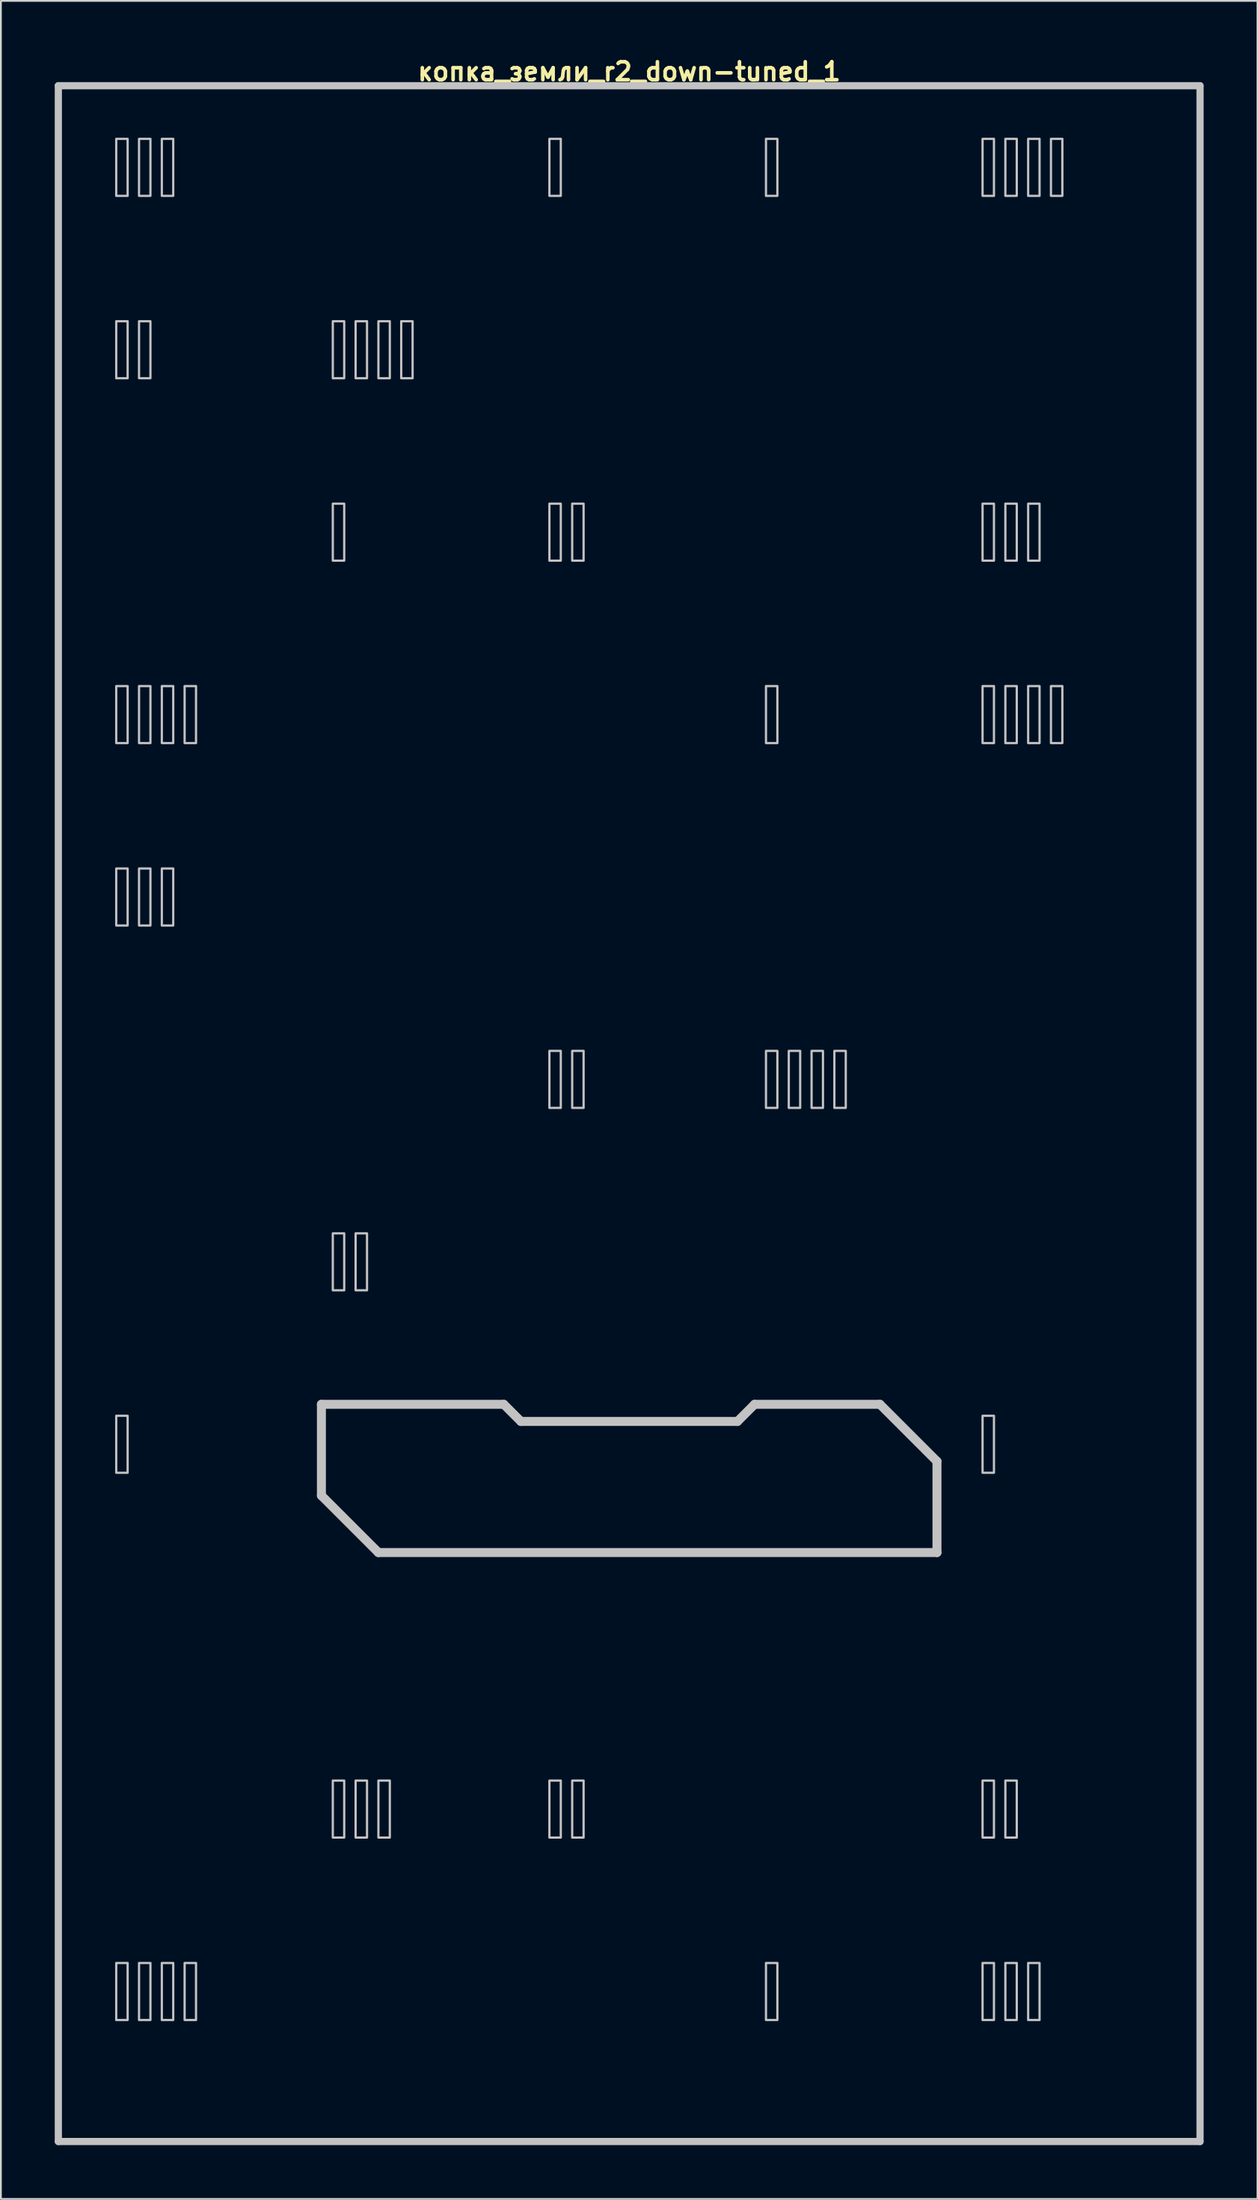
<source format=kicad_pcb>
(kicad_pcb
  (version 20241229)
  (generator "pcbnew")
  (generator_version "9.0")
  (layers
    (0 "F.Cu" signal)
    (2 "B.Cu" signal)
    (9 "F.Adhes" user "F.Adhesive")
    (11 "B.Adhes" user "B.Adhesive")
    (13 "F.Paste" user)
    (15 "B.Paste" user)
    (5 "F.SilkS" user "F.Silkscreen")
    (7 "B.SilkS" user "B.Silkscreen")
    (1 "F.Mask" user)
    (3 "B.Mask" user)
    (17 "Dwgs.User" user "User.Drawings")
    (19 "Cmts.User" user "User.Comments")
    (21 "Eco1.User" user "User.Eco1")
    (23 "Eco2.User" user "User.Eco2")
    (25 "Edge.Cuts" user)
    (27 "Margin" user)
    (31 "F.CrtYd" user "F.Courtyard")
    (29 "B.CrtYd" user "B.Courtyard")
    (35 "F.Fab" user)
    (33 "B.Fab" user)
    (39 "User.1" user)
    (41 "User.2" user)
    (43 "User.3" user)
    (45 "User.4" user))
  (footprint "копка_земли_r2_down-tuned_1"
    (layer "F.Cu")
    (at 32 58.975)
    (property "Reference" "копка_земли_r2_down-tuned_1" (at 0 -58.039 0) (layer "F.SilkS") (effects (font (size 1 1) (thickness 0.2))))
    (attr through_hole)
    (fp_line (start -31.8 -57.25) (end -31.8 57.25) (stroke (width 0.4) (type solid)) (layer "Dwgs.User"))
    (fp_line (start -31.8 -57.25) (end 31.8 -57.25) (stroke (width 0.4) (type solid)) (layer "Dwgs.User"))
    (fp_line (start -31.8 57.25) (end 31.8 57.25) (stroke (width 0.4) (type solid)) (layer "Dwgs.User"))
    (fp_line (start -17.145 16.192) (end -17.145 21.273) (stroke (width 0.5) (type solid)) (layer "Dwgs.User"))
    (fp_line (start -17.145 16.192) (end -6.985 16.192) (stroke (width 0.5) (type solid)) (layer "Dwgs.User"))
    (fp_line (start -17.145 21.273) (end -13.97 24.448) (stroke (width 0.5) (type solid)) (layer "Dwgs.User"))
    (fp_line (start -13.97 24.448) (end 17.145 24.448) (stroke (width 0.5) (type solid)) (layer "Dwgs.User"))
    (fp_line (start -6.985 16.192) (end -6.032 17.145) (stroke (width 0.5) (type solid)) (layer "Dwgs.User"))
    (fp_line (start -6.032 17.145) (end 6.032 17.145) (stroke (width 0.5) (type solid)) (layer "Dwgs.User"))
    (fp_line (start 6.032 17.145) (end 6.985 16.192) (stroke (width 0.5) (type solid)) (layer "Dwgs.User"))
    (fp_line (start 6.985 16.192) (end 13.97 16.192) (stroke (width 0.5) (type solid)) (layer "Dwgs.User"))
    (fp_line (start 13.97 16.192) (end 17.145 19.367) (stroke (width 0.5) (type solid)) (layer "Dwgs.User"))
    (fp_line (start 17.145 19.367) (end 17.145 24.448) (stroke (width 0.5) (type solid)) (layer "Dwgs.User"))
    (fp_line (start 31.8 -57.25) (end 31.8 57.25) (stroke (width 0.4) (type solid)) (layer "Dwgs.User"))
    (fp_poly (pts (xy -27.94 -51.117) (xy -28.575 -51.117) (xy -28.575 -54.292) (xy -27.94 -54.292)) (stroke (width 0.125) (type solid)) (fill no) (layer "Dwgs.User"))
    (fp_poly (pts (xy -27.94 -40.958) (xy -28.575 -40.958) (xy -28.575 -44.133) (xy -27.94 -44.133)) (stroke (width 0.125) (type solid)) (fill no) (layer "Dwgs.User"))
    (fp_poly (pts (xy -27.94 -20.637) (xy -28.575 -20.637) (xy -28.575 -23.812) (xy -27.94 -23.812)) (stroke (width 0.125) (type solid)) (fill no) (layer "Dwgs.User"))
    (fp_poly (pts (xy -27.94 -10.477) (xy -28.575 -10.477) (xy -28.575 -13.652) (xy -27.94 -13.652)) (stroke (width 0.125) (type solid)) (fill no) (layer "Dwgs.User"))
    (fp_poly (pts (xy -27.94 20.003) (xy -28.575 20.003) (xy -28.575 16.828) (xy -27.94 16.828)) (stroke (width 0.125) (type solid)) (fill no) (layer "Dwgs.User"))
    (fp_poly (pts (xy -27.94 50.483) (xy -28.575 50.483) (xy -28.575 47.307) (xy -27.94 47.307)) (stroke (width 0.125) (type solid)) (fill no) (layer "Dwgs.User"))
    (fp_poly (pts (xy -26.67 -51.117) (xy -27.305 -51.117) (xy -27.305 -54.292) (xy -26.67 -54.292)) (stroke (width 0.125) (type solid)) (fill no) (layer "Dwgs.User"))
    (fp_poly (pts (xy -26.67 -40.958) (xy -27.305 -40.958) (xy -27.305 -44.133) (xy -26.67 -44.133)) (stroke (width 0.125) (type solid)) (fill no) (layer "Dwgs.User"))
    (fp_poly (pts (xy -26.67 -20.637) (xy -27.305 -20.637) (xy -27.305 -23.812) (xy -26.67 -23.812)) (stroke (width 0.125) (type solid)) (fill no) (layer "Dwgs.User"))
    (fp_poly (pts (xy -26.67 -10.477) (xy -27.305 -10.477) (xy -27.305 -13.652) (xy -26.67 -13.652)) (stroke (width 0.125) (type solid)) (fill no) (layer "Dwgs.User"))
    (fp_poly (pts (xy -26.67 50.483) (xy -27.305 50.483) (xy -27.305 47.307) (xy -26.67 47.307)) (stroke (width 0.125) (type solid)) (fill no) (layer "Dwgs.User"))
    (fp_poly (pts (xy -25.4 -51.117) (xy -26.035 -51.117) (xy -26.035 -54.292) (xy -25.4 -54.292)) (stroke (width 0.125) (type solid)) (fill no) (layer "Dwgs.User"))
    (fp_poly (pts (xy -25.4 -20.637) (xy -26.035 -20.637) (xy -26.035 -23.812) (xy -25.4 -23.812)) (stroke (width 0.125) (type solid)) (fill no) (layer "Dwgs.User"))
    (fp_poly (pts (xy -25.4 -10.477) (xy -26.035 -10.477) (xy -26.035 -13.652) (xy -25.4 -13.652)) (stroke (width 0.125) (type solid)) (fill no) (layer "Dwgs.User"))
    (fp_poly (pts (xy -25.4 50.483) (xy -26.035 50.483) (xy -26.035 47.307) (xy -25.4 47.307)) (stroke (width 0.125) (type solid)) (fill no) (layer "Dwgs.User"))
    (fp_poly (pts (xy -24.13 -20.637) (xy -24.765 -20.637) (xy -24.765 -23.812) (xy -24.13 -23.812)) (stroke (width 0.125) (type solid)) (fill no) (layer "Dwgs.User"))
    (fp_poly (pts (xy -24.13 50.483) (xy -24.765 50.483) (xy -24.765 47.307) (xy -24.13 47.307)) (stroke (width 0.125) (type solid)) (fill no) (layer "Dwgs.User"))
    (fp_poly (pts (xy -15.875 -40.958) (xy -16.51 -40.958) (xy -16.51 -44.133) (xy -15.875 -44.133)) (stroke (width 0.125) (type solid)) (fill no) (layer "Dwgs.User"))
    (fp_poly (pts (xy -15.875 -30.797) (xy -16.51 -30.797) (xy -16.51 -33.972) (xy -15.875 -33.972)) (stroke (width 0.125) (type solid)) (fill no) (layer "Dwgs.User"))
    (fp_poly (pts (xy -15.875 9.842) (xy -16.51 9.842) (xy -16.51 6.668) (xy -15.875 6.668)) (stroke (width 0.125) (type solid)) (fill no) (layer "Dwgs.User"))
    (fp_poly (pts (xy -15.875 40.322) (xy -16.51 40.322) (xy -16.51 37.148) (xy -15.875 37.148)) (stroke (width 0.125) (type solid)) (fill no) (layer "Dwgs.User"))
    (fp_poly (pts (xy -14.605 -40.958) (xy -15.24 -40.958) (xy -15.24 -44.133) (xy -14.605 -44.133)) (stroke (width 0.125) (type solid)) (fill no) (layer "Dwgs.User"))
    (fp_poly (pts (xy -14.605 9.842) (xy -15.24 9.842) (xy -15.24 6.668) (xy -14.605 6.668)) (stroke (width 0.125) (type solid)) (fill no) (layer "Dwgs.User"))
    (fp_poly (pts (xy -14.605 40.322) (xy -15.24 40.322) (xy -15.24 37.148) (xy -14.605 37.148)) (stroke (width 0.125) (type solid)) (fill no) (layer "Dwgs.User"))
    (fp_poly (pts (xy -13.335 -40.958) (xy -13.97 -40.958) (xy -13.97 -44.133) (xy -13.335 -44.133)) (stroke (width 0.125) (type solid)) (fill no) (layer "Dwgs.User"))
    (fp_poly (pts (xy -13.335 40.322) (xy -13.97 40.322) (xy -13.97 37.148) (xy -13.335 37.148)) (stroke (width 0.125) (type solid)) (fill no) (layer "Dwgs.User"))
    (fp_poly (pts (xy -12.065 -40.958) (xy -12.7 -40.958) (xy -12.7 -44.133) (xy -12.065 -44.133)) (stroke (width 0.125) (type solid)) (fill no) (layer "Dwgs.User"))
    (fp_poly (pts (xy -3.81 -51.117) (xy -4.445 -51.117) (xy -4.445 -54.292) (xy -3.81 -54.292)) (stroke (width 0.125) (type solid)) (fill no) (layer "Dwgs.User"))
    (fp_poly (pts (xy -3.81 -30.797) (xy -4.445 -30.797) (xy -4.445 -33.972) (xy -3.81 -33.972)) (stroke (width 0.125) (type solid)) (fill no) (layer "Dwgs.User"))
    (fp_poly (pts (xy -3.81 -0.318) (xy -4.445 -0.318) (xy -4.445 -3.493) (xy -3.81 -3.493)) (stroke (width 0.125) (type solid)) (fill no) (layer "Dwgs.User"))
    (fp_poly (pts (xy -3.81 40.322) (xy -4.445 40.322) (xy -4.445 37.148) (xy -3.81 37.148)) (stroke (width 0.125) (type solid)) (fill no) (layer "Dwgs.User"))
    (fp_poly (pts (xy -2.54 -30.797) (xy -3.175 -30.797) (xy -3.175 -33.972) (xy -2.54 -33.972)) (stroke (width 0.125) (type solid)) (fill no) (layer "Dwgs.User"))
    (fp_poly (pts (xy -2.54 -0.318) (xy -3.175 -0.318) (xy -3.175 -3.493) (xy -2.54 -3.493)) (stroke (width 0.125) (type solid)) (fill no) (layer "Dwgs.User"))
    (fp_poly (pts (xy -2.54 40.322) (xy -3.175 40.322) (xy -3.175 37.148) (xy -2.54 37.148)) (stroke (width 0.125) (type solid)) (fill no) (layer "Dwgs.User"))
    (fp_poly (pts (xy 8.255 -51.117) (xy 7.62 -51.117) (xy 7.62 -54.292) (xy 8.255 -54.292)) (stroke (width 0.125) (type solid)) (fill no) (layer "Dwgs.User"))
    (fp_poly (pts (xy 8.255 -20.637) (xy 7.62 -20.637) (xy 7.62 -23.812) (xy 8.255 -23.812)) (stroke (width 0.125) (type solid)) (fill no) (layer "Dwgs.User"))
    (fp_poly (pts (xy 8.255 -0.318) (xy 7.62 -0.318) (xy 7.62 -3.493) (xy 8.255 -3.493)) (stroke (width 0.125) (type solid)) (fill no) (layer "Dwgs.User"))
    (fp_poly (pts (xy 8.255 50.483) (xy 7.62 50.483) (xy 7.62 47.307) (xy 8.255 47.307)) (stroke (width 0.125) (type solid)) (fill no) (layer "Dwgs.User"))
    (fp_poly (pts (xy 9.525 -0.318) (xy 8.89 -0.318) (xy 8.89 -3.493) (xy 9.525 -3.493)) (stroke (width 0.125) (type solid)) (fill no) (layer "Dwgs.User"))
    (fp_poly (pts (xy 10.795 -0.318) (xy 10.16 -0.318) (xy 10.16 -3.493) (xy 10.795 -3.493)) (stroke (width 0.125) (type solid)) (fill no) (layer "Dwgs.User"))
    (fp_poly (pts (xy 12.065 -0.318) (xy 11.43 -0.318) (xy 11.43 -3.493) (xy 12.065 -3.493)) (stroke (width 0.125) (type solid)) (fill no) (layer "Dwgs.User"))
    (fp_poly (pts (xy 20.32 -51.117) (xy 19.685 -51.117) (xy 19.685 -54.292) (xy 20.32 -54.292)) (stroke (width 0.125) (type solid)) (fill no) (layer "Dwgs.User"))
    (fp_poly (pts (xy 20.32 -30.797) (xy 19.685 -30.797) (xy 19.685 -33.972) (xy 20.32 -33.972)) (stroke (width 0.125) (type solid)) (fill no) (layer "Dwgs.User"))
    (fp_poly (pts (xy 20.32 -20.637) (xy 19.685 -20.637) (xy 19.685 -23.812) (xy 20.32 -23.812)) (stroke (width 0.125) (type solid)) (fill no) (layer "Dwgs.User"))
    (fp_poly (pts (xy 20.32 20.003) (xy 19.685 20.003) (xy 19.685 16.828) (xy 20.32 16.828)) (stroke (width 0.125) (type solid)) (fill no) (layer "Dwgs.User"))
    (fp_poly (pts (xy 20.32 40.322) (xy 19.685 40.322) (xy 19.685 37.148) (xy 20.32 37.148)) (stroke (width 0.125) (type solid)) (fill no) (layer "Dwgs.User"))
    (fp_poly (pts (xy 20.32 50.483) (xy 19.685 50.483) (xy 19.685 47.307) (xy 20.32 47.307)) (stroke (width 0.125) (type solid)) (fill no) (layer "Dwgs.User"))
    (fp_poly (pts (xy 21.59 -51.117) (xy 20.955 -51.117) (xy 20.955 -54.292) (xy 21.59 -54.292)) (stroke (width 0.125) (type solid)) (fill no) (layer "Dwgs.User"))
    (fp_poly (pts (xy 21.59 -30.797) (xy 20.955 -30.797) (xy 20.955 -33.972) (xy 21.59 -33.972)) (stroke (width 0.125) (type solid)) (fill no) (layer "Dwgs.User"))
    (fp_poly (pts (xy 21.59 -20.637) (xy 20.955 -20.637) (xy 20.955 -23.812) (xy 21.59 -23.812)) (stroke (width 0.125) (type solid)) (fill no) (layer "Dwgs.User"))
    (fp_poly (pts (xy 21.59 40.322) (xy 20.955 40.322) (xy 20.955 37.148) (xy 21.59 37.148)) (stroke (width 0.125) (type solid)) (fill no) (layer "Dwgs.User"))
    (fp_poly (pts (xy 21.59 50.483) (xy 20.955 50.483) (xy 20.955 47.307) (xy 21.59 47.307)) (stroke (width 0.125) (type solid)) (fill no) (layer "Dwgs.User"))
    (fp_poly (pts (xy 22.86 -51.117) (xy 22.225 -51.117) (xy 22.225 -54.292) (xy 22.86 -54.292)) (stroke (width 0.125) (type solid)) (fill no) (layer "Dwgs.User"))
    (fp_poly (pts (xy 22.86 -30.797) (xy 22.225 -30.797) (xy 22.225 -33.972) (xy 22.86 -33.972)) (stroke (width 0.125) (type solid)) (fill no) (layer "Dwgs.User"))
    (fp_poly (pts (xy 22.86 -20.637) (xy 22.225 -20.637) (xy 22.225 -23.812) (xy 22.86 -23.812)) (stroke (width 0.125) (type solid)) (fill no) (layer "Dwgs.User"))
    (fp_poly (pts (xy 22.86 50.483) (xy 22.225 50.483) (xy 22.225 47.307) (xy 22.86 47.307)) (stroke (width 0.125) (type solid)) (fill no) (layer "Dwgs.User"))
    (fp_poly (pts (xy 24.13 -51.117) (xy 23.495 -51.117) (xy 23.495 -54.292) (xy 24.13 -54.292)) (stroke (width 0.125) (type solid)) (fill no) (layer "Dwgs.User"))
    (fp_poly (pts (xy 24.13 -20.637) (xy 23.495 -20.637) (xy 23.495 -23.812) (xy 24.13 -23.812)) (stroke (width 0.125) (type solid)) (fill no) (layer "Dwgs.User"))
    (fp_line (start -31.8 -57.25) (end -31.8 57.25) (stroke (width 0.4) (type solid)) (layer "Eco1.User"))
    (fp_line (start -31.8 -57.25) (end 31.8 -57.25) (stroke (width 0.4) (type solid)) (layer "Eco1.User"))
    (fp_line (start -31.8 57.25) (end 31.8 57.25) (stroke (width 0.4) (type solid)) (layer "Eco1.User"))
    (fp_line (start -30.45 -55.75) (end -30.45 55.75) (stroke (width 0.4) (type solid)) (layer "Eco1.User"))
    (fp_line (start -30.45 -55.75) (end 30.45 -55.75) (stroke (width 0.4) (type solid)) (layer "Eco1.User"))
    (fp_line (start -30.45 55.75) (end 30.45 55.75) (stroke (width 0.4) (type solid)) (layer "Eco1.User"))
    (fp_line (start 30.45 -55.75) (end 30.45 55.75) (stroke (width 0.4) (type solid)) (layer "Eco1.User"))
    (fp_line (start 31.8 -57.25) (end 31.8 57.25) (stroke (width 0.4) (type solid)) (layer "Eco1.User"))
    (fp_circle (center -19.05 -40.44) (end -15.35 -40.44) (stroke (width 0.4) (type solid)) (fill no) (layer "Eco1.User"))
    (fp_circle (center -19.05 -40.44) (end -9.55 -40.44) (stroke (width 0.4) (type solid)) (fill no) (layer "Eco1.User"))
    (fp_circle (center -19.05 -12.5) (end -15.35 -12.5) (stroke (width 0.4) (type solid)) (fill no) (layer "Eco1.User"))
    (fp_circle (center -19.05 -12.5) (end -9.55 -12.5) (stroke (width 0.4) (type solid)) (fill no) (layer "Eco1.User"))
    (fp_circle (center -19.05 44.45) (end -16.4 44.45) (stroke (width 0.4) (type solid)) (fill no) (layer "Eco1.User"))
    (fp_circle (center -8.89 -50.8) (end -7.39 -50.8) (stroke (width 0.4) (type solid)) (fill no) (layer "Eco1.User"))
    (fp_circle (center -8.89 -50.8) (end -5.39 -50.8) (stroke (width 0.4) (type solid)) (fill no) (layer "Eco1.User"))
    (fp_circle (center 0 -26.47) (end 3.7 -26.47) (stroke (width 0.4) (type solid)) (fill no) (layer "Eco1.User"))
    (fp_circle (center 0 -26.47) (end 9.5 -26.47) (stroke (width 0.4) (type solid)) (fill no) (layer "Eco1.User"))
    (fp_circle (center 0 1.47) (end 3.7 1.47) (stroke (width 0.4) (type solid)) (fill no) (layer "Eco1.User"))
    (fp_circle (center 0 1.47) (end 9.5 1.47) (stroke (width 0.4) (type solid)) (fill no) (layer "Eco1.User"))
    (fp_circle (center 0 44.45) (end 6.5 44.45) (stroke (width 0.4) (type solid)) (fill no) (layer "Eco1.User"))
    (fp_circle (center 0 44.45) (end 9.75 44.45) (stroke (width 0.4) (type solid)) (fill no) (layer "Eco1.User"))
    (fp_circle (center 8.89 -50.8) (end 10.39 -50.8) (stroke (width 0.4) (type solid)) (fill no) (layer "Eco1.User"))
    (fp_circle (center 8.89 -50.8) (end 12.39 -50.8) (stroke (width 0.4) (type solid)) (fill no) (layer "Eco1.User"))
    (fp_circle (center 19.05 -40.44) (end 22.75 -40.44) (stroke (width 0.4) (type solid)) (fill no) (layer "Eco1.User"))
    (fp_circle (center 19.05 -40.44) (end 28.55 -40.44) (stroke (width 0.4) (type solid)) (fill no) (layer "Eco1.User"))
    (fp_circle (center 19.05 -12.5) (end 22.75 -12.5) (stroke (width 0.4) (type solid)) (fill no) (layer "Eco1.User"))
    (fp_circle (center 19.05 -12.5) (end 28.55 -12.5) (stroke (width 0.4) (type solid)) (fill no) (layer "Eco1.User"))
    (fp_line (start -31.8 -57.25) (end -31.8 57.25) (stroke (width 0.4) (type solid)) (layer "Eco2.User"))
    (fp_line (start -31.8 -57.25) (end 31.8 -57.25) (stroke (width 0.4) (type solid)) (layer "Eco2.User"))
    (fp_line (start -31.8 57.25) (end 31.8 57.25) (stroke (width 0.4) (type solid)) (layer "Eco2.User"))
    (fp_line (start -29.21 -54.928) (end -29.21 -49.847) (stroke (width 0.5) (type solid)) (layer "Eco2.User"))
    (fp_line (start -29.21 -54.928) (end -22.225 -54.928) (stroke (width 0.5) (type solid)) (layer "Eco2.User"))
    (fp_line (start -29.21 -49.847) (end -26.035 -46.672) (stroke (width 0.5) (type solid)) (layer "Eco2.User"))
    (fp_line (start -29.21 -44.767) (end -29.21 -39.688) (stroke (width 0.5) (type solid)) (layer "Eco2.User"))
    (fp_line (start -29.21 -44.767) (end -22.225 -44.767) (stroke (width 0.5) (type solid)) (layer "Eco2.User"))
    (fp_line (start -29.21 -39.688) (end -26.035 -36.513) (stroke (width 0.5) (type solid)) (layer "Eco2.User"))
    (fp_line (start -29.21 -34.608) (end -29.21 -29.527) (stroke (width 0.5) (type solid)) (layer "Eco2.User"))
    (fp_line (start -29.21 -34.608) (end -22.225 -34.608) (stroke (width 0.5) (type solid)) (layer "Eco2.User"))
    (fp_line (start -29.21 -29.527) (end -26.035 -26.352) (stroke (width 0.5) (type solid)) (layer "Eco2.User"))
    (fp_line (start -29.21 -24.448) (end -29.21 -19.367) (stroke (width 0.5) (type solid)) (layer "Eco2.User"))
    (fp_line (start -29.21 -24.448) (end -22.225 -24.448) (stroke (width 0.5) (type solid)) (layer "Eco2.User"))
    (fp_line (start -29.21 -19.367) (end -26.035 -16.192) (stroke (width 0.5) (type solid)) (layer "Eco2.User"))
    (fp_line (start -29.21 -14.287) (end -29.21 -9.207) (stroke (width 0.5) (type solid)) (layer "Eco2.User"))
    (fp_line (start -29.21 -14.287) (end -22.225 -14.287) (stroke (width 0.5) (type solid)) (layer "Eco2.User"))
    (fp_line (start -29.21 -9.207) (end -26.035 -6.032) (stroke (width 0.5) (type solid)) (layer "Eco2.User"))
    (fp_line (start -29.21 -4.128) (end -29.21 0.953) (stroke (width 0.5) (type solid)) (layer "Eco2.User"))
    (fp_line (start -29.21 -4.128) (end -22.225 -4.128) (stroke (width 0.5) (type solid)) (layer "Eco2.User"))
    (fp_line (start -29.21 0.953) (end -26.035 4.128) (stroke (width 0.5) (type solid)) (layer "Eco2.User"))
    (fp_line (start -29.21 6.032) (end -29.21 11.113) (stroke (width 0.5) (type solid)) (layer "Eco2.User"))
    (fp_line (start -29.21 6.032) (end -22.225 6.032) (stroke (width 0.5) (type solid)) (layer "Eco2.User"))
    (fp_line (start -29.21 11.113) (end -26.035 14.287) (stroke (width 0.5) (type solid)) (layer "Eco2.User"))
    (fp_line (start -29.21 16.192) (end -29.21 21.273) (stroke (width 0.5) (type solid)) (layer "Eco2.User"))
    (fp_line (start -29.21 16.192) (end -22.225 16.192) (stroke (width 0.5) (type solid)) (layer "Eco2.User"))
    (fp_line (start -29.21 21.273) (end -26.035 24.448) (stroke (width 0.5) (type solid)) (layer "Eco2.User"))
    (fp_line (start -29.21 26.352) (end -29.21 31.433) (stroke (width 0.5) (type solid)) (layer "Eco2.User"))
    (fp_line (start -29.21 26.352) (end 26.035 26.352) (stroke (width 0.5) (type solid)) (layer "Eco2.User"))
    (fp_line (start -29.21 31.433) (end -26.035 34.608) (stroke (width 0.5) (type solid)) (layer "Eco2.User"))
    (fp_line (start -29.21 36.513) (end -29.21 41.593) (stroke (width 0.5) (type solid)) (layer "Eco2.User"))
    (fp_line (start -29.21 36.513) (end -22.225 36.513) (stroke (width 0.5) (type solid)) (layer "Eco2.User"))
    (fp_line (start -29.21 41.593) (end -26.035 44.767) (stroke (width 0.5) (type solid)) (layer "Eco2.User"))
    (fp_line (start -29.21 46.672) (end -29.21 51.752) (stroke (width 0.5) (type solid)) (layer "Eco2.User"))
    (fp_line (start -29.21 46.672) (end -22.225 46.672) (stroke (width 0.5) (type solid)) (layer "Eco2.User"))
    (fp_line (start -29.21 51.752) (end -26.035 54.928) (stroke (width 0.5) (type solid)) (layer "Eco2.User"))
    (fp_line (start -26.035 -46.672) (end -19.05 -46.672) (stroke (width 0.5) (type solid)) (layer "Eco2.User"))
    (fp_line (start -26.035 -36.513) (end -19.05 -36.513) (stroke (width 0.5) (type solid)) (layer "Eco2.User"))
    (fp_line (start -26.035 -26.352) (end -23.177 -26.352) (stroke (width 0.5) (type solid)) (layer "Eco2.User"))
    (fp_line (start -26.035 -16.192) (end -19.05 -16.192) (stroke (width 0.5) (type solid)) (layer "Eco2.User"))
    (fp_line (start -26.035 -6.032) (end -19.05 -6.032) (stroke (width 0.5) (type solid)) (layer "Eco2.User"))
    (fp_line (start -26.035 4.128) (end -19.05 4.128) (stroke (width 0.5) (type solid)) (layer "Eco2.User"))
    (fp_line (start -26.035 14.287) (end -19.05 14.287) (stroke (width 0.5) (type solid)) (layer "Eco2.User"))
    (fp_line (start -26.035 24.448) (end -19.05 24.448) (stroke (width 0.5) (type solid)) (layer "Eco2.User"))
    (fp_line (start -26.035 34.608) (end -6.985 34.608) (stroke (width 0.5) (type solid)) (layer "Eco2.User"))
    (fp_line (start -26.035 44.767) (end -19.05 44.767) (stroke (width 0.5) (type solid)) (layer "Eco2.User"))
    (fp_line (start -26.035 54.928) (end -19.05 54.928) (stroke (width 0.5) (type solid)) (layer "Eco2.User"))
    (fp_line (start -22.225 -54.928) (end -19.05 -51.752) (stroke (width 0.5) (type solid)) (layer "Eco2.User"))
    (fp_line (start -22.225 -44.767) (end -19.05 -41.593) (stroke (width 0.5) (type solid)) (layer "Eco2.User"))
    (fp_line (start -22.225 -34.608) (end -19.05 -31.433) (stroke (width 0.5) (type solid)) (layer "Eco2.User"))
    (fp_line (start -22.225 -24.448) (end -19.05 -21.273) (stroke (width 0.5) (type solid)) (layer "Eco2.User"))
    (fp_line (start -22.225 -14.287) (end -19.05 -11.113) (stroke (width 0.5) (type solid)) (layer "Eco2.User"))
    (fp_line (start -22.225 -4.128) (end -20.003 -1.905) (stroke (width 0.5) (type solid)) (layer "Eco2.User"))
    (fp_line (start -22.225 6.032) (end -19.05 9.207) (stroke (width 0.5) (type solid)) (layer "Eco2.User"))
    (fp_line (start -22.225 16.192) (end -19.05 19.367) (stroke (width 0.5) (type solid)) (layer "Eco2.User"))
    (fp_line (start -22.225 36.513) (end -19.05 39.688) (stroke (width 0.5) (type solid)) (layer "Eco2.User"))
    (fp_line (start -22.225 46.672) (end -19.05 49.847) (stroke (width 0.5) (type solid)) (layer "Eco2.User"))
    (fp_line (start -19.05 -51.752) (end -19.05 -46.672) (stroke (width 0.5) (type solid)) (layer "Eco2.User"))
    (fp_line (start -19.05 -41.593) (end -19.05 -36.513) (stroke (width 0.5) (type solid)) (layer "Eco2.User"))
    (fp_line (start -19.05 -31.433) (end -19.05 -29.845) (stroke (width 0.5) (type solid)) (layer "Eco2.User"))
    (fp_line (start -19.05 -21.273) (end -19.05 -16.192) (stroke (width 0.5) (type solid)) (layer "Eco2.User"))
    (fp_line (start -19.05 -11.113) (end -19.05 -6.032) (stroke (width 0.5) (type solid)) (layer "Eco2.User"))
    (fp_line (start -19.05 2.857) (end -19.05 4.128) (stroke (width 0.5) (type solid)) (layer "Eco2.User"))
    (fp_line (start -19.05 9.207) (end -19.05 14.287) (stroke (width 0.5) (type solid)) (layer "Eco2.User"))
    (fp_line (start -19.05 19.367) (end -19.05 24.448) (stroke (width 0.5) (type solid)) (layer "Eco2.User"))
    (fp_line (start -19.05 39.688) (end -19.05 44.767) (stroke (width 0.5) (type solid)) (layer "Eco2.User"))
    (fp_line (start -19.05 49.847) (end -19.05 54.928) (stroke (width 0.5) (type solid)) (layer "Eco2.User"))
    (fp_line (start -17.145 -54.928) (end -17.145 -49.847) (stroke (width 0.5) (type solid)) (layer "Eco2.User"))
    (fp_line (start -17.145 -54.928) (end -10.16 -54.928) (stroke (width 0.5) (type solid)) (layer "Eco2.User"))
    (fp_line (start -17.145 -49.847) (end -13.97 -46.672) (stroke (width 0.5) (type solid)) (layer "Eco2.User"))
    (fp_line (start -17.145 -44.767) (end -17.145 -39.688) (stroke (width 0.5) (type solid)) (layer "Eco2.User"))
    (fp_line (start -17.145 -44.767) (end 13.97 -44.767) (stroke (width 0.5) (type solid)) (layer "Eco2.User"))
    (fp_line (start -17.145 -39.688) (end -13.97 -36.513) (stroke (width 0.5) (type solid)) (layer "Eco2.User"))
    (fp_line (start -17.145 -34.608) (end -17.145 -29.845) (stroke (width 0.5) (type solid)) (layer "Eco2.User"))
    (fp_line (start -17.145 -34.608) (end -10.16 -34.608) (stroke (width 0.5) (type solid)) (layer "Eco2.User"))
    (fp_line (start -17.145 -24.448) (end -17.145 -19.367) (stroke (width 0.5) (type solid)) (layer "Eco2.User"))
    (fp_line (start -17.145 -24.448) (end -10.16 -24.448) (stroke (width 0.5) (type solid)) (layer "Eco2.User"))
    (fp_line (start -17.145 -19.367) (end -13.97 -16.192) (stroke (width 0.5) (type solid)) (layer "Eco2.User"))
    (fp_line (start -17.145 -14.287) (end -17.145 -9.207) (stroke (width 0.5) (type solid)) (layer "Eco2.User"))
    (fp_line (start -17.145 -14.287) (end -10.16 -14.287) (stroke (width 0.5) (type solid)) (layer "Eco2.User"))
    (fp_line (start -17.145 -9.207) (end -13.97 -6.032) (stroke (width 0.5) (type solid)) (layer "Eco2.User"))
    (fp_line (start -17.145 -4.128) (end -17.145 -1.905) (stroke (width 0.5) (type solid)) (layer "Eco2.User"))
    (fp_line (start -17.145 -4.128) (end -10.16 -4.128) (stroke (width 0.5) (type solid)) (layer "Eco2.User"))
    (fp_line (start -17.145 6.032) (end -17.145 11.113) (stroke (width 0.5) (type solid)) (layer "Eco2.User"))
    (fp_line (start -17.145 6.032) (end -10.16 6.032) (stroke (width 0.5) (type solid)) (layer "Eco2.User"))
    (fp_line (start -17.145 11.113) (end -13.97 14.287) (stroke (width 0.5) (type solid)) (layer "Eco2.User"))
    (fp_line (start -17.145 36.513) (end -17.145 41.593) (stroke (width 0.5) (type solid)) (layer "Eco2.User"))
    (fp_line (start -17.145 36.513) (end -10.16 36.513) (stroke (width 0.5) (type solid)) (layer "Eco2.User"))
    (fp_line (start -17.145 41.593) (end -13.97 44.767) (stroke (width 0.5) (type solid)) (layer "Eco2.User"))
    (fp_line (start -17.145 46.672) (end -17.145 51.752) (stroke (width 0.5) (type solid)) (layer "Eco2.User"))
    (fp_line (start -17.145 46.672) (end -10.16 46.672) (stroke (width 0.5) (type solid)) (layer "Eco2.User"))
    (fp_line (start -17.145 51.752) (end -13.97 54.928) (stroke (width 0.5) (type solid)) (layer "Eco2.User"))
    (fp_line (start -15.24 2.857) (end -13.97 4.128) (stroke (width 0.5) (type solid)) (layer "Eco2.User"))
    (fp_line (start -14.287 -26.352) (end -6.985 -26.352) (stroke (width 0.5) (type solid)) (layer "Eco2.User"))
    (fp_line (start -13.97 -46.672) (end -6.985 -46.672) (stroke (width 0.5) (type solid)) (layer "Eco2.User"))
    (fp_line (start -13.97 -36.513) (end 17.145 -36.513) (stroke (width 0.5) (type solid)) (layer "Eco2.User"))
    (fp_line (start -13.97 -16.192) (end -6.985 -16.192) (stroke (width 0.5) (type solid)) (layer "Eco2.User"))
    (fp_line (start -13.97 -6.032) (end -6.985 -6.032) (stroke (width 0.5) (type solid)) (layer "Eco2.User"))
    (fp_line (start -13.97 4.128) (end -6.985 4.128) (stroke (width 0.5) (type solid)) (layer "Eco2.User"))
    (fp_line (start -13.97 14.287) (end -6.985 14.287) (stroke (width 0.5) (type solid)) (layer "Eco2.User"))
    (fp_line (start -13.97 44.767) (end -6.985 44.767) (stroke (width 0.5) (type solid)) (layer "Eco2.User"))
    (fp_line (start -13.97 54.928) (end -6.985 54.928) (stroke (width 0.5) (type solid)) (layer "Eco2.User"))
    (fp_line (start -10.16 -54.928) (end -6.985 -51.752) (stroke (width 0.5) (type solid)) (layer "Eco2.User"))
    (fp_line (start -10.16 -34.608) (end -6.985 -31.433) (stroke (width 0.5) (type solid)) (layer "Eco2.User"))
    (fp_line (start -10.16 -24.448) (end -6.985 -21.273) (stroke (width 0.5) (type solid)) (layer "Eco2.User"))
    (fp_line (start -10.16 -14.287) (end -6.985 -11.113) (stroke (width 0.5) (type solid)) (layer "Eco2.User"))
    (fp_line (start -10.16 -4.128) (end -6.985 -0.953) (stroke (width 0.5) (type solid)) (layer "Eco2.User"))
    (fp_line (start -10.16 6.032) (end -6.985 9.207) (stroke (width 0.5) (type solid)) (layer "Eco2.User"))
    (fp_line (start -10.16 36.513) (end -6.985 39.688) (stroke (width 0.5) (type solid)) (layer "Eco2.User"))
    (fp_line (start -10.16 46.672) (end -6.985 49.847) (stroke (width 0.5) (type solid)) (layer "Eco2.User"))
    (fp_line (start -6.985 -51.752) (end -6.985 -46.672) (stroke (width 0.5) (type solid)) (layer "Eco2.User"))
    (fp_line (start -6.985 -31.433) (end -6.985 -26.352) (stroke (width 0.5) (type solid)) (layer "Eco2.User"))
    (fp_line (start -6.985 -21.273) (end -6.985 -16.192) (stroke (width 0.5) (type solid)) (layer "Eco2.User"))
    (fp_line (start -6.985 -11.113) (end -6.985 -6.032) (stroke (width 0.5) (type solid)) (layer "Eco2.User"))
    (fp_line (start -6.985 -0.953) (end -6.985 4.128) (stroke (width 0.5) (type solid)) (layer "Eco2.User"))
    (fp_line (start -6.985 9.207) (end -6.985 14.287) (stroke (width 0.5) (type solid)) (layer "Eco2.User"))
    (fp_line (start -6.985 34.608) (end -6.032 33.655) (stroke (width 0.5) (type solid)) (layer "Eco2.User"))
    (fp_line (start -6.985 39.688) (end -6.985 44.767) (stroke (width 0.5) (type solid)) (layer "Eco2.User"))
    (fp_line (start -6.985 49.847) (end -6.985 54.928) (stroke (width 0.5) (type solid)) (layer "Eco2.User"))
    (fp_line (start -6.032 33.655) (end 6.032 33.655) (stroke (width 0.5) (type solid)) (layer "Eco2.User"))
    (fp_line (start -5.715 -40.64) (end -4.445 -40.64) (stroke (width 0.25) (type solid)) (layer "Eco2.User"))
    (fp_line (start -5.08 -54.928) (end -5.08 -49.847) (stroke (width 0.5) (type solid)) (layer "Eco2.User"))
    (fp_line (start -5.08 -54.928) (end 1.905 -54.928) (stroke (width 0.5) (type solid)) (layer "Eco2.User"))
    (fp_line (start -5.08 -49.847) (end -1.905 -46.672) (stroke (width 0.5) (type solid)) (layer "Eco2.User"))
    (fp_line (start -5.08 -41.275) (end -5.08 -40.005) (stroke (width 0.25) (type solid)) (layer "Eco2.User"))
    (fp_line (start -5.08 -34.608) (end -5.08 -29.527) (stroke (width 0.5) (type solid)) (layer "Eco2.User"))
    (fp_line (start -5.08 -34.608) (end 1.905 -34.608) (stroke (width 0.5) (type solid)) (layer "Eco2.User"))
    (fp_line (start -5.08 -29.527) (end -1.905 -26.352) (stroke (width 0.5) (type solid)) (layer "Eco2.User"))
    (fp_line (start -5.08 -24.448) (end -5.08 -19.367) (stroke (width 0.5) (type solid)) (layer "Eco2.User"))
    (fp_line (start -5.08 -24.448) (end 1.905 -24.448) (stroke (width 0.5) (type solid)) (layer "Eco2.User"))
    (fp_line (start -5.08 -19.367) (end -1.905 -16.192) (stroke (width 0.5) (type solid)) (layer "Eco2.User"))
    (fp_line (start -5.08 -11.113) (end -5.08 -9.207) (stroke (width 0.5) (type solid)) (layer "Eco2.User"))
    (fp_line (start -5.08 -9.207) (end -1.905 -6.032) (stroke (width 0.5) (type solid)) (layer "Eco2.User"))
    (fp_line (start -5.08 -4.128) (end -5.08 0.953) (stroke (width 0.5) (type solid)) (layer "Eco2.User"))
    (fp_line (start -5.08 -4.128) (end 1.905 -4.128) (stroke (width 0.5) (type solid)) (layer "Eco2.User"))
    (fp_line (start -5.08 0.953) (end -1.905 4.128) (stroke (width 0.5) (type solid)) (layer "Eco2.User"))
    (fp_line (start -5.08 6.032) (end -5.08 11.113) (stroke (width 0.5) (type solid)) (layer "Eco2.User"))
    (fp_line (start -5.08 6.032) (end 1.905 6.032) (stroke (width 0.5) (type solid)) (layer "Eco2.User"))
    (fp_line (start -5.08 11.113) (end -3.81 12.383) (stroke (width 0.5) (type solid)) (layer "Eco2.User"))
    (fp_line (start -5.08 36.513) (end -5.08 41.593) (stroke (width 0.5) (type solid)) (layer "Eco2.User"))
    (fp_line (start -5.08 36.513) (end 1.905 36.513) (stroke (width 0.5) (type solid)) (layer "Eco2.User"))
    (fp_line (start -5.08 41.593) (end -1.905 44.767) (stroke (width 0.5) (type solid)) (layer "Eco2.User"))
    (fp_line (start -5.08 46.672) (end -5.08 51.752) (stroke (width 0.5) (type solid)) (layer "Eco2.User"))
    (fp_line (start -5.08 46.672) (end 1.905 46.672) (stroke (width 0.5) (type solid)) (layer "Eco2.User"))
    (fp_line (start -5.08 51.752) (end -1.905 54.928) (stroke (width 0.5) (type solid)) (layer "Eco2.User"))
    (fp_line (start -3.81 -40.64) (end -1.27 -40.64) (stroke (width 0.5) (type solid)) (layer "Eco2.User"))
    (fp_line (start -1.905 -46.672) (end 5.08 -46.672) (stroke (width 0.5) (type solid)) (layer "Eco2.User"))
    (fp_line (start -1.905 -26.352) (end 5.08 -26.352) (stroke (width 0.5) (type solid)) (layer "Eco2.User"))
    (fp_line (start -1.905 -16.192) (end 5.08 -16.192) (stroke (width 0.5) (type solid)) (layer "Eco2.User"))
    (fp_line (start -1.905 -6.032) (end 5.08 -6.032) (stroke (width 0.5) (type solid)) (layer "Eco2.User"))
    (fp_line (start -1.905 4.128) (end 5.08 4.128) (stroke (width 0.5) (type solid)) (layer "Eco2.User"))
    (fp_line (start -1.905 44.767) (end 5.08 44.767) (stroke (width 0.5) (type solid)) (layer "Eco2.User"))
    (fp_line (start -1.905 54.928) (end 5.08 54.928) (stroke (width 0.5) (type solid)) (layer "Eco2.User"))
    (fp_line (start 0 -40.64) (end 3.81 -40.64) (stroke (width 0.5) (type solid)) (layer "Eco2.User"))
    (fp_line (start 1.905 -54.928) (end 5.08 -51.752) (stroke (width 0.5) (type solid)) (layer "Eco2.User"))
    (fp_line (start 1.905 -34.608) (end 5.08 -31.433) (stroke (width 0.5) (type solid)) (layer "Eco2.User"))
    (fp_line (start 1.905 -24.448) (end 5.08 -21.273) (stroke (width 0.5) (type solid)) (layer "Eco2.User"))
    (fp_line (start 1.905 -4.128) (end 5.08 -0.953) (stroke (width 0.5) (type solid)) (layer "Eco2.User"))
    (fp_line (start 1.905 6.032) (end 5.08 9.207) (stroke (width 0.5) (type solid)) (layer "Eco2.User"))
    (fp_line (start 1.905 36.513) (end 5.08 39.688) (stroke (width 0.5) (type solid)) (layer "Eco2.User"))
    (fp_line (start 1.905 46.672) (end 5.08 49.847) (stroke (width 0.5) (type solid)) (layer "Eco2.User"))
    (fp_line (start 4.445 -40.64) (end 5.715 -40.64) (stroke (width 0.25) (type solid)) (layer "Eco2.User"))
    (fp_line (start 4.763 14.287) (end 5.08 14.287) (stroke (width 0.5) (type solid)) (layer "Eco2.User"))
    (fp_line (start 5.08 -51.752) (end 5.08 -46.672) (stroke (width 0.5) (type solid)) (layer "Eco2.User"))
    (fp_line (start 5.08 -31.433) (end 5.08 -26.352) (stroke (width 0.5) (type solid)) (layer "Eco2.User"))
    (fp_line (start 5.08 -21.273) (end 5.08 -16.192) (stroke (width 0.5) (type solid)) (layer "Eco2.User"))
    (fp_line (start 5.08 -11.113) (end 5.08 -6.032) (stroke (width 0.5) (type solid)) (layer "Eco2.User"))
    (fp_line (start 5.08 -0.953) (end 5.08 4.128) (stroke (width 0.5) (type solid)) (layer "Eco2.User"))
    (fp_line (start 5.08 9.207) (end 5.08 14.287) (stroke (width 0.5) (type solid)) (layer "Eco2.User"))
    (fp_line (start 5.08 39.688) (end 5.08 44.767) (stroke (width 0.5) (type solid)) (layer "Eco2.User"))
    (fp_line (start 5.08 49.847) (end 5.08 54.928) (stroke (width 0.5) (type solid)) (layer "Eco2.User"))
    (fp_line (start 6.032 33.655) (end 6.985 34.608) (stroke (width 0.5) (type solid)) (layer "Eco2.User"))
    (fp_line (start 6.985 -54.928) (end 6.985 -49.847) (stroke (width 0.5) (type solid)) (layer "Eco2.User"))
    (fp_line (start 6.985 -54.928) (end 13.97 -54.928) (stroke (width 0.5) (type solid)) (layer "Eco2.User"))
    (fp_line (start 6.985 -49.847) (end 10.16 -46.672) (stroke (width 0.5) (type solid)) (layer "Eco2.User"))
    (fp_line (start 6.985 -34.608) (end 6.985 -29.527) (stroke (width 0.5) (type solid)) (layer "Eco2.User"))
    (fp_line (start 6.985 -34.608) (end 13.97 -34.608) (stroke (width 0.5) (type solid)) (layer "Eco2.User"))
    (fp_line (start 6.985 -29.527) (end 10.16 -26.352) (stroke (width 0.5) (type solid)) (layer "Eco2.User"))
    (fp_line (start 6.985 -24.448) (end 6.985 -19.367) (stroke (width 0.5) (type solid)) (layer "Eco2.User"))
    (fp_line (start 6.985 -24.448) (end 13.97 -24.448) (stroke (width 0.5) (type solid)) (layer "Eco2.User"))
    (fp_line (start 6.985 -19.367) (end 10.16 -16.192) (stroke (width 0.5) (type solid)) (layer "Eco2.User"))
    (fp_line (start 6.985 -14.287) (end 6.985 -9.207) (stroke (width 0.5) (type solid)) (layer "Eco2.User"))
    (fp_line (start 6.985 -14.287) (end 13.97 -14.287) (stroke (width 0.5) (type solid)) (layer "Eco2.User"))
    (fp_line (start 6.985 -9.207) (end 10.16 -6.032) (stroke (width 0.5) (type solid)) (layer "Eco2.User"))
    (fp_line (start 6.985 -4.128) (end 6.985 0.953) (stroke (width 0.5) (type solid)) (layer "Eco2.User"))
    (fp_line (start 6.985 -4.128) (end 13.97 -4.128) (stroke (width 0.5) (type solid)) (layer "Eco2.User"))
    (fp_line (start 6.985 0.953) (end 10.16 4.128) (stroke (width 0.5) (type solid)) (layer "Eco2.User"))
    (fp_line (start 6.985 6.032) (end 6.985 11.113) (stroke (width 0.5) (type solid)) (layer "Eco2.User"))
    (fp_line (start 6.985 6.032) (end 13.97 6.032) (stroke (width 0.5) (type solid)) (layer "Eco2.User"))
    (fp_line (start 6.985 11.113) (end 10.16 14.287) (stroke (width 0.5) (type solid)) (layer "Eco2.User"))
    (fp_line (start 6.985 34.608) (end 29.21 34.608) (stroke (width 0.5) (type solid)) (layer "Eco2.User"))
    (fp_line (start 6.985 36.513) (end 6.985 41.593) (stroke (width 0.5) (type solid)) (layer "Eco2.User"))
    (fp_line (start 6.985 36.513) (end 13.97 36.513) (stroke (width 0.5) (type solid)) (layer "Eco2.User"))
    (fp_line (start 6.985 41.593) (end 10.16 44.767) (stroke (width 0.5) (type solid)) (layer "Eco2.User"))
    (fp_line (start 6.985 46.672) (end 6.985 51.752) (stroke (width 0.5) (type solid)) (layer "Eco2.User"))
    (fp_line (start 6.985 46.672) (end 13.97 46.672) (stroke (width 0.5) (type solid)) (layer "Eco2.User"))
    (fp_line (start 6.985 51.752) (end 10.16 54.928) (stroke (width 0.5) (type solid)) (layer "Eco2.User"))
    (fp_line (start 10.16 -46.672) (end 17.145 -46.672) (stroke (width 0.5) (type solid)) (layer "Eco2.User"))
    (fp_line (start 10.16 -26.352) (end 14.287 -26.352) (stroke (width 0.5) (type solid)) (layer "Eco2.User"))
    (fp_line (start 10.16 -16.192) (end 17.145 -16.192) (stroke (width 0.5) (type solid)) (layer "Eco2.User"))
    (fp_line (start 10.16 -6.032) (end 17.145 -6.032) (stroke (width 0.5) (type solid)) (layer "Eco2.User"))
    (fp_line (start 10.16 4.128) (end 17.145 4.128) (stroke (width 0.5) (type solid)) (layer "Eco2.User"))
    (fp_line (start 10.16 14.287) (end 17.145 14.287) (stroke (width 0.5) (type solid)) (layer "Eco2.User"))
    (fp_line (start 10.16 44.767) (end 17.145 44.767) (stroke (width 0.5) (type solid)) (layer "Eco2.User"))
    (fp_line (start 10.16 54.928) (end 17.145 54.928) (stroke (width 0.5) (type solid)) (layer "Eco2.User"))
    (fp_line (start 13.97 -54.928) (end 17.145 -51.752) (stroke (width 0.5) (type solid)) (layer "Eco2.User"))
    (fp_line (start 13.97 -44.767) (end 17.145 -41.593) (stroke (width 0.5) (type solid)) (layer "Eco2.User"))
    (fp_line (start 13.97 -34.608) (end 17.145 -31.433) (stroke (width 0.5) (type solid)) (layer "Eco2.User"))
    (fp_line (start 13.97 -24.448) (end 17.145 -21.273) (stroke (width 0.5) (type solid)) (layer "Eco2.User"))
    (fp_line (start 13.97 -14.287) (end 17.145 -11.113) (stroke (width 0.5) (type solid)) (layer "Eco2.User"))
    (fp_line (start 13.97 -4.128) (end 15.875 -2.223) (stroke (width 0.5) (type solid)) (layer "Eco2.User"))
    (fp_line (start 13.97 6.032) (end 17.145 9.207) (stroke (width 0.5) (type solid)) (layer "Eco2.User"))
    (fp_line (start 13.97 36.513) (end 17.145 39.688) (stroke (width 0.5) (type solid)) (layer "Eco2.User"))
    (fp_line (start 13.97 46.672) (end 17.145 49.847) (stroke (width 0.5) (type solid)) (layer "Eco2.User"))
    (fp_line (start 17.145 -51.752) (end 17.145 -46.672) (stroke (width 0.5) (type solid)) (layer "Eco2.User"))
    (fp_line (start 17.145 -41.593) (end 17.145 -36.513) (stroke (width 0.5) (type solid)) (layer "Eco2.User"))
    (fp_line (start 17.145 -31.433) (end 17.145 -29.845) (stroke (width 0.5) (type solid)) (layer "Eco2.User"))
    (fp_line (start 17.145 -21.273) (end 17.145 -16.192) (stroke (width 0.5) (type solid)) (layer "Eco2.User"))
    (fp_line (start 17.145 -11.113) (end 17.145 -6.032) (stroke (width 0.5) (type solid)) (layer "Eco2.User"))
    (fp_line (start 17.145 2.857) (end 17.145 4.128) (stroke (width 0.5) (type solid)) (layer "Eco2.User"))
    (fp_line (start 17.145 9.207) (end 17.145 14.287) (stroke (width 0.5) (type solid)) (layer "Eco2.User"))
    (fp_line (start 17.145 39.688) (end 17.145 44.767) (stroke (width 0.5) (type solid)) (layer "Eco2.User"))
    (fp_line (start 17.145 49.847) (end 17.145 54.928) (stroke (width 0.5) (type solid)) (layer "Eco2.User"))
    (fp_line (start 19.05 -54.928) (end 19.05 -49.847) (stroke (width 0.5) (type solid)) (layer "Eco2.User"))
    (fp_line (start 19.05 -54.928) (end 26.035 -54.928) (stroke (width 0.5) (type solid)) (layer "Eco2.User"))
    (fp_line (start 19.05 -49.847) (end 22.225 -46.672) (stroke (width 0.5) (type solid)) (layer "Eco2.User"))
    (fp_line (start 19.05 -44.767) (end 19.05 -39.688) (stroke (width 0.5) (type solid)) (layer "Eco2.User"))
    (fp_line (start 19.05 -44.767) (end 26.035 -44.767) (stroke (width 0.5) (type solid)) (layer "Eco2.User"))
    (fp_line (start 19.05 -39.688) (end 22.225 -36.513) (stroke (width 0.5) (type solid)) (layer "Eco2.User"))
    (fp_line (start 19.05 -34.608) (end 19.05 -29.845) (stroke (width 0.5) (type solid)) (layer "Eco2.User"))
    (fp_line (start 19.05 -34.608) (end 26.035 -34.608) (stroke (width 0.5) (type solid)) (layer "Eco2.User"))
    (fp_line (start 19.05 -24.448) (end 19.05 -19.367) (stroke (width 0.5) (type solid)) (layer "Eco2.User"))
    (fp_line (start 19.05 -24.448) (end 26.035 -24.448) (stroke (width 0.5) (type solid)) (layer "Eco2.User"))
    (fp_line (start 19.05 -19.367) (end 22.225 -16.192) (stroke (width 0.5) (type solid)) (layer "Eco2.User"))
    (fp_line (start 19.05 -14.287) (end 19.05 -9.207) (stroke (width 0.5) (type solid)) (layer "Eco2.User"))
    (fp_line (start 19.05 -14.287) (end 26.035 -14.287) (stroke (width 0.5) (type solid)) (layer "Eco2.User"))
    (fp_line (start 19.05 -9.207) (end 22.225 -6.032) (stroke (width 0.5) (type solid)) (layer "Eco2.User"))
    (fp_line (start 19.05 -4.128) (end 19.05 -1.905) (stroke (width 0.5) (type solid)) (layer "Eco2.User"))
    (fp_line (start 19.05 -4.128) (end 26.035 -4.128) (stroke (width 0.5) (type solid)) (layer "Eco2.User"))
    (fp_line (start 19.05 6.032) (end 19.05 11.113) (stroke (width 0.5) (type solid)) (layer "Eco2.User"))
    (fp_line (start 19.05 6.032) (end 26.035 6.032) (stroke (width 0.5) (type solid)) (layer "Eco2.User"))
    (fp_line (start 19.05 11.113) (end 22.225 14.287) (stroke (width 0.5) (type solid)) (layer "Eco2.User"))
    (fp_line (start 19.05 16.192) (end 19.05 21.273) (stroke (width 0.5) (type solid)) (layer "Eco2.User"))
    (fp_line (start 19.05 16.192) (end 26.035 16.192) (stroke (width 0.5) (type solid)) (layer "Eco2.User"))
    (fp_line (start 19.05 21.273) (end 22.225 24.448) (stroke (width 0.5) (type solid)) (layer "Eco2.User"))
    (fp_line (start 19.05 36.513) (end 19.05 41.593) (stroke (width 0.5) (type solid)) (layer "Eco2.User"))
    (fp_line (start 19.05 36.513) (end 26.035 36.513) (stroke (width 0.5) (type solid)) (layer "Eco2.User"))
    (fp_line (start 19.05 41.593) (end 22.225 44.767) (stroke (width 0.5) (type solid)) (layer "Eco2.User"))
    (fp_line (start 19.05 46.672) (end 19.05 51.752) (stroke (width 0.5) (type solid)) (layer "Eco2.User"))
    (fp_line (start 19.05 46.672) (end 26.035 46.672) (stroke (width 0.5) (type solid)) (layer "Eco2.User"))
    (fp_line (start 19.05 51.752) (end 22.225 54.928) (stroke (width 0.5) (type solid)) (layer "Eco2.User"))
    (fp_line (start 20.955 2.857) (end 22.225 4.128) (stroke (width 0.5) (type solid)) (layer "Eco2.User"))
    (fp_line (start 22.225 -46.672) (end 29.21 -46.672) (stroke (width 0.5) (type solid)) (layer "Eco2.User"))
    (fp_line (start 22.225 -36.513) (end 29.21 -36.513) (stroke (width 0.5) (type solid)) (layer "Eco2.User"))
    (fp_line (start 22.225 -16.192) (end 29.21 -16.192) (stroke (width 0.5) (type solid)) (layer "Eco2.User"))
    (fp_line (start 22.225 -6.032) (end 29.21 -6.032) (stroke (width 0.5) (type solid)) (layer "Eco2.User"))
    (fp_line (start 22.225 4.128) (end 29.21 4.128) (stroke (width 0.5) (type solid)) (layer "Eco2.User"))
    (fp_line (start 22.225 14.287) (end 29.21 14.287) (stroke (width 0.5) (type solid)) (layer "Eco2.User"))
    (fp_line (start 22.225 24.448) (end 29.21 24.448) (stroke (width 0.5) (type solid)) (layer "Eco2.User"))
    (fp_line (start 22.225 44.767) (end 29.21 44.767) (stroke (width 0.5) (type solid)) (layer "Eco2.User"))
    (fp_line (start 22.225 54.928) (end 29.21 54.928) (stroke (width 0.5) (type solid)) (layer "Eco2.User"))
    (fp_line (start 23.812 -26.352) (end 29.21 -26.352) (stroke (width 0.5) (type solid)) (layer "Eco2.User"))
    (fp_line (start 26.035 -54.928) (end 29.21 -51.752) (stroke (width 0.5) (type solid)) (layer "Eco2.User"))
    (fp_line (start 26.035 -44.767) (end 29.21 -41.593) (stroke (width 0.5) (type solid)) (layer "Eco2.User"))
    (fp_line (start 26.035 -34.608) (end 29.21 -31.433) (stroke (width 0.5) (type solid)) (layer "Eco2.User"))
    (fp_line (start 26.035 -24.448) (end 29.21 -21.273) (stroke (width 0.5) (type solid)) (layer "Eco2.User"))
    (fp_line (start 26.035 -14.287) (end 29.21 -11.113) (stroke (width 0.5) (type solid)) (layer "Eco2.User"))
    (fp_line (start 26.035 -4.128) (end 29.21 -0.953) (stroke (width 0.5) (type solid)) (layer "Eco2.User"))
    (fp_line (start 26.035 6.032) (end 29.21 9.207) (stroke (width 0.5) (type solid)) (layer "Eco2.User"))
    (fp_line (start 26.035 16.192) (end 29.21 19.367) (stroke (width 0.5) (type solid)) (layer "Eco2.User"))
    (fp_line (start 26.035 26.352) (end 29.21 29.527) (stroke (width 0.5) (type solid)) (layer "Eco2.User"))
    (fp_line (start 26.035 36.513) (end 29.21 39.688) (stroke (width 0.5) (type solid)) (layer "Eco2.User"))
    (fp_line (start 26.035 46.672) (end 29.21 49.847) (stroke (width 0.5) (type solid)) (layer "Eco2.User"))
    (fp_line (start 29.21 -51.752) (end 29.21 -46.672) (stroke (width 0.5) (type solid)) (layer "Eco2.User"))
    (fp_line (start 29.21 -41.593) (end 29.21 -36.513) (stroke (width 0.5) (type solid)) (layer "Eco2.User"))
    (fp_line (start 29.21 -31.433) (end 29.21 -26.352) (stroke (width 0.5) (type solid)) (layer "Eco2.User"))
    (fp_line (start 29.21 -21.273) (end 29.21 -16.192) (stroke (width 0.5) (type solid)) (layer "Eco2.User"))
    (fp_line (start 29.21 -11.113) (end 29.21 -6.032) (stroke (width 0.5) (type solid)) (layer "Eco2.User"))
    (fp_line (start 29.21 -0.953) (end 29.21 4.128) (stroke (width 0.5) (type solid)) (layer "Eco2.User"))
    (fp_line (start 29.21 9.207) (end 29.21 14.287) (stroke (width 0.5) (type solid)) (layer "Eco2.User"))
    (fp_line (start 29.21 19.367) (end 29.21 24.448) (stroke (width 0.5) (type solid)) (layer "Eco2.User"))
    (fp_line (start 29.21 29.527) (end 29.21 34.608) (stroke (width 0.5) (type solid)) (layer "Eco2.User"))
    (fp_line (start 29.21 39.688) (end 29.21 44.767) (stroke (width 0.5) (type solid)) (layer "Eco2.User"))
    (fp_line (start 29.21 49.847) (end 29.21 54.928) (stroke (width 0.5) (type solid)) (layer "Eco2.User"))
    (fp_line (start 31.8 -57.25) (end 31.8 57.25) (stroke (width 0.4) (type solid)) (layer "Eco2.User"))
    (fp_arc (start 0 -39.37) (mid -1.27 -40.64) (end 0 -41.91) (stroke (width 0.5) (type solid)) (layer "Eco2.User"))
    (fp_circle (center -5.08 -40.64) (end -3.81 -40.64) (stroke (width 0.5) (type solid)) (fill no) (layer "Eco2.User"))
    (fp_circle (center 0 -40.64) (end 0.25 -40.64) (stroke (width 0.5) (type solid)) (fill no) (layer "Eco2.User"))
    (fp_circle (center 5.08 -40.64) (end 6.35 -40.64) (stroke (width 0.5) (type solid)) (fill no) (layer "Eco2.User"))
    (fp_poly (pts (xy -25.4 30.48) (xy -22.86 29.21) (xy -22.86 31.75)) (stroke (width 0.5) (type solid)) (fill no) (layer "Eco2.User"))
    (fp_poly (pts (xy 22.86 30.48) (xy 25.4 29.21) (xy 25.4 31.75)) (stroke (width 0.5) (type solid)) (fill no) (layer "Eco2.User"))
    (fp_poly (pts (xy -27.94 -30.797) (xy -28.575 -30.797) (xy -28.575 -33.972) (xy -27.94 -33.972)) (stroke (width 0.125) (type solid)) (fill no) (layer "Eco2.User"))
    (fp_poly (pts (xy -27.94 -0.318) (xy -28.575 -0.318) (xy -28.575 -3.493) (xy -27.94 -3.493)) (stroke (width 0.125) (type solid)) (fill no) (layer "Eco2.User"))
    (fp_poly (pts (xy -27.94 9.842) (xy -28.575 9.842) (xy -28.575 6.668) (xy -27.94 6.668)) (stroke (width 0.125) (type solid)) (fill no) (layer "Eco2.User"))
    (fp_poly (pts (xy -27.94 40.322) (xy -28.575 40.322) (xy -28.575 37.148) (xy -27.94 37.148)) (stroke (width 0.125) (type solid)) (fill no) (layer "Eco2.User"))
    (fp_poly (pts (xy -26.67 -30.797) (xy -27.305 -30.797) (xy -27.305 -33.972) (xy -26.67 -33.972)) (stroke (width 0.125) (type solid)) (fill no) (layer "Eco2.User"))
    (fp_poly (pts (xy -26.67 -0.318) (xy -27.305 -0.318) (xy -27.305 -3.493) (xy -26.67 -3.493)) (stroke (width 0.125) (type solid)) (fill no) (layer "Eco2.User"))
    (fp_poly (pts (xy -26.67 40.322) (xy -27.305 40.322) (xy -27.305 37.148) (xy -26.67 37.148)) (stroke (width 0.125) (type solid)) (fill no) (layer "Eco2.User"))
    (fp_poly (pts (xy -25.4 -30.797) (xy -26.035 -30.797) (xy -26.035 -33.972) (xy -25.4 -33.972)) (stroke (width 0.125) (type solid)) (fill no) (layer "Eco2.User"))
    (fp_poly (pts (xy -24.13 -30.797) (xy -24.765 -30.797) (xy -24.765 -33.972) (xy -24.13 -33.972)) (stroke (width 0.125) (type solid)) (fill no) (layer "Eco2.User"))
    (fp_poly (pts (xy -15.875 -51.117) (xy -16.51 -51.117) (xy -16.51 -54.292) (xy -15.875 -54.292)) (stroke (width 0.125) (type solid)) (fill no) (layer "Eco2.User"))
    (fp_poly (pts (xy -15.875 -20.637) (xy -16.51 -20.637) (xy -16.51 -23.812) (xy -15.875 -23.812)) (stroke (width 0.125) (type solid)) (fill no) (layer "Eco2.User"))
    (fp_poly (pts (xy -15.875 50.483) (xy -16.51 50.483) (xy -16.51 47.307) (xy -15.875 47.307)) (stroke (width 0.125) (type solid)) (fill no) (layer "Eco2.User"))
    (fp_poly (pts (xy -14.605 -51.117) (xy -15.24 -51.117) (xy -15.24 -54.292) (xy -14.605 -54.292)) (stroke (width 0.125) (type solid)) (fill no) (layer "Eco2.User"))
    (fp_poly (pts (xy -14.605 -20.637) (xy -15.24 -20.637) (xy -15.24 -23.812) (xy -14.605 -23.812)) (stroke (width 0.125) (type solid)) (fill no) (layer "Eco2.User"))
    (fp_poly (pts (xy -14.605 50.483) (xy -15.24 50.483) (xy -15.24 47.307) (xy -14.605 47.307)) (stroke (width 0.125) (type solid)) (fill no) (layer "Eco2.User"))
    (fp_poly (pts (xy -13.335 -51.117) (xy -13.97 -51.117) (xy -13.97 -54.292) (xy -13.335 -54.292)) (stroke (width 0.125) (type solid)) (fill no) (layer "Eco2.User"))
    (fp_poly (pts (xy -13.335 -20.637) (xy -13.97 -20.637) (xy -13.97 -23.812) (xy -13.335 -23.812)) (stroke (width 0.125) (type solid)) (fill no) (layer "Eco2.User"))
    (fp_poly (pts (xy -12.065 -51.117) (xy -12.7 -51.117) (xy -12.7 -54.292) (xy -12.065 -54.292)) (stroke (width 0.125) (type solid)) (fill no) (layer "Eco2.User"))
    (fp_poly (pts (xy -12.065 -20.637) (xy -12.7 -20.637) (xy -12.7 -23.812) (xy -12.065 -23.812)) (stroke (width 0.125) (type solid)) (fill no) (layer "Eco2.User"))
    (fp_poly (pts (xy -3.81 -20.637) (xy -4.445 -20.637) (xy -4.445 -23.812) (xy -3.81 -23.812)) (stroke (width 0.125) (type solid)) (fill no) (layer "Eco2.User"))
    (fp_poly (pts (xy -3.81 9.842) (xy -4.445 9.842) (xy -4.445 6.668) (xy -3.81 6.668)) (stroke (width 0.125) (type solid)) (fill no) (layer "Eco2.User"))
    (fp_poly (pts (xy -3.81 50.483) (xy -4.445 50.483) (xy -4.445 47.307) (xy -3.81 47.307)) (stroke (width 0.125) (type solid)) (fill no) (layer "Eco2.User"))
    (fp_poly (pts (xy -2.54 -20.637) (xy -3.175 -20.637) (xy -3.175 -23.812) (xy -2.54 -23.812)) (stroke (width 0.125) (type solid)) (fill no) (layer "Eco2.User"))
    (fp_poly (pts (xy -2.54 9.842) (xy -3.175 9.842) (xy -3.175 6.668) (xy -2.54 6.668)) (stroke (width 0.125) (type solid)) (fill no) (layer "Eco2.User"))
    (fp_poly (pts (xy -2.54 50.483) (xy -3.175 50.483) (xy -3.175 47.307) (xy -2.54 47.307)) (stroke (width 0.125) (type solid)) (fill no) (layer "Eco2.User"))
    (fp_poly (pts (xy -1.27 -20.637) (xy -1.905 -20.637) (xy -1.905 -23.812) (xy -1.27 -23.812)) (stroke (width 0.125) (type solid)) (fill no) (layer "Eco2.User"))
    (fp_poly (pts (xy -1.27 50.483) (xy -1.905 50.483) (xy -1.905 47.307) (xy -1.27 47.307)) (stroke (width 0.125) (type solid)) (fill no) (layer "Eco2.User"))
    (fp_poly (pts (xy 8.255 -30.797) (xy 7.62 -30.797) (xy 7.62 -33.972) (xy 8.255 -33.972)) (stroke (width 0.125) (type solid)) (fill no) (layer "Eco2.User"))
    (fp_poly (pts (xy 8.255 -10.477) (xy 7.62 -10.477) (xy 7.62 -13.652) (xy 8.255 -13.652)) (stroke (width 0.125) (type solid)) (fill no) (layer "Eco2.User"))
    (fp_poly (pts (xy 8.255 9.842) (xy 7.62 9.842) (xy 7.62 6.668) (xy 8.255 6.668)) (stroke (width 0.125) (type solid)) (fill no) (layer "Eco2.User"))
    (fp_poly (pts (xy 8.255 40.322) (xy 7.62 40.322) (xy 7.62 37.148) (xy 8.255 37.148)) (stroke (width 0.125) (type solid)) (fill no) (layer "Eco2.User"))
    (fp_poly (pts (xy 9.525 -30.797) (xy 8.89 -30.797) (xy 8.89 -33.972) (xy 9.525 -33.972)) (stroke (width 0.125) (type solid)) (fill no) (layer "Eco2.User"))
    (fp_poly (pts (xy 9.525 -10.477) (xy 8.89 -10.477) (xy 8.89 -13.652) (xy 9.525 -13.652)) (stroke (width 0.125) (type solid)) (fill no) (layer "Eco2.User"))
    (fp_poly (pts (xy 9.525 9.842) (xy 8.89 9.842) (xy 8.89 6.668) (xy 9.525 6.668)) (stroke (width 0.125) (type solid)) (fill no) (layer "Eco2.User"))
    (fp_poly (pts (xy 9.525 40.322) (xy 8.89 40.322) (xy 8.89 37.148) (xy 9.525 37.148)) (stroke (width 0.125) (type solid)) (fill no) (layer "Eco2.User"))
    (fp_poly (pts (xy 10.795 -10.477) (xy 10.16 -10.477) (xy 10.16 -13.652) (xy 10.795 -13.652)) (stroke (width 0.125) (type solid)) (fill no) (layer "Eco2.User"))
    (fp_poly (pts (xy 10.795 40.322) (xy 10.16 40.322) (xy 10.16 37.148) (xy 10.795 37.148)) (stroke (width 0.125) (type solid)) (fill no) (layer "Eco2.User"))
    (fp_poly (pts (xy 12.065 -10.477) (xy 11.43 -10.477) (xy 11.43 -13.652) (xy 12.065 -13.652)) (stroke (width 0.125) (type solid)) (fill no) (layer "Eco2.User"))
    (fp_poly (pts (xy 20.32 -40.958) (xy 19.685 -40.958) (xy 19.685 -44.133) (xy 20.32 -44.133)) (stroke (width 0.125) (type solid)) (fill no) (layer "Eco2.User"))
    (fp_poly (pts (xy 20.32 9.842) (xy 19.685 9.842) (xy 19.685 6.668) (xy 20.32 6.668)) (stroke (width 0.125) (type solid)) (fill no) (layer "Eco2.User"))
    (fp_poly (pts (xy 21.59 -40.958) (xy 20.955 -40.958) (xy 20.955 -44.133) (xy 21.59 -44.133)) (stroke (width 0.125) (type solid)) (fill no) (layer "Eco2.User"))
    (fp_poly (pts (xy 21.59 9.842) (xy 20.955 9.842) (xy 20.955 6.668) (xy 21.59 6.668)) (stroke (width 0.125) (type solid)) (fill no) (layer "Eco2.User"))
    (fp_poly (pts (xy 22.86 -40.958) (xy 22.225 -40.958) (xy 22.225 -44.133) (xy 22.86 -44.133)) (stroke (width 0.125) (type solid)) (fill no) (layer "Eco2.User"))
    (fp_poly (pts (xy 22.86 9.842) (xy 22.225 9.842) (xy 22.225 6.668) (xy 22.86 6.668)) (stroke (width 0.125) (type solid)) (fill no) (layer "Eco2.User"))
    (fp_poly (pts (xy 24.13 -40.958) (xy 23.495 -40.958) (xy 23.495 -44.133) (xy 24.13 -44.133)) (stroke (width 0.125) (type solid)) (fill no) (layer "Eco2.User"))
    (fp_poly (pts (xy 24.13 9.842) (xy 23.495 9.842) (xy 23.495 6.668) (xy 24.13 6.668)) (stroke (width 0.125) (type solid)) (fill no) (layer "Eco2.User"))
    (fp_text user "-ТТКРЧПДЛ-" (at 0 20.32 0) (unlocked yes) (layer "Eco2.User") (effects (font (size 3 3) (thickness 0.5))))
    (fp_text user "КОПКА ЗЕМЛИ" (at 0 30.48 0) (unlocked yes) (layer "Eco2.User") (effects (font (size 3 3) (thickness 0.5))))
    (fp_text user "DT" (at 24.13 20.32 0) (unlocked yes) (layer "Eco2.User") (effects (font (size 3 3) (thickness 0.5))))
    (fp_text user "1K0" (at 0 14.605 0) (unlocked yes) (layer "Eco2.User") (effects (font (size 3 3) (thickness 0.5))))
    (fp_text user "125" (at 19.05 -27.305 0) (unlocked yes) (layer "Eco2.User") (effects (font (size 3 3) (thickness 0.5))))
    (fp_text user "VOL" (at -19.05 -27.305 0) (unlocked yes) (layer "Eco2.User") (effects (font (size 3 3) (thickness 0.5))))
    (fp_text user "500" (at -19.05 0.635 0) (unlocked yes) (layer "Eco2.User") (effects (font (size 3 3) (thickness 0.5))))
    (fp_text user "9V" (at 0 -50.8 0) (unlocked yes) (layer "Eco2.User") (effects (font (size 3 3) (thickness 0.5))))
    (fp_text user "4K0" (at 19.05 0.635 0) (unlocked yes) (layer "Eco2.User") (effects (font (size 3 3) (thickness 0.5))))
    (fp_text user "R2" (at -24.13 20.32 0) (unlocked yes) (layer "Eco2.User") (effects (font (size 3 3) (thickness 0.5))))
    (fp_text user "62.5" (at 0 -13.335 0) (unlocked yes) (layer "Eco2.User") (effects (font (size 3 3) (thickness 0.5)))))
  (gr_rect
    (start -3 -3)
    (end 67 119.425)
    (stroke (width 0.1) (type default))
    (fill no)
    (layer "Edge.Cuts")))
</source>
